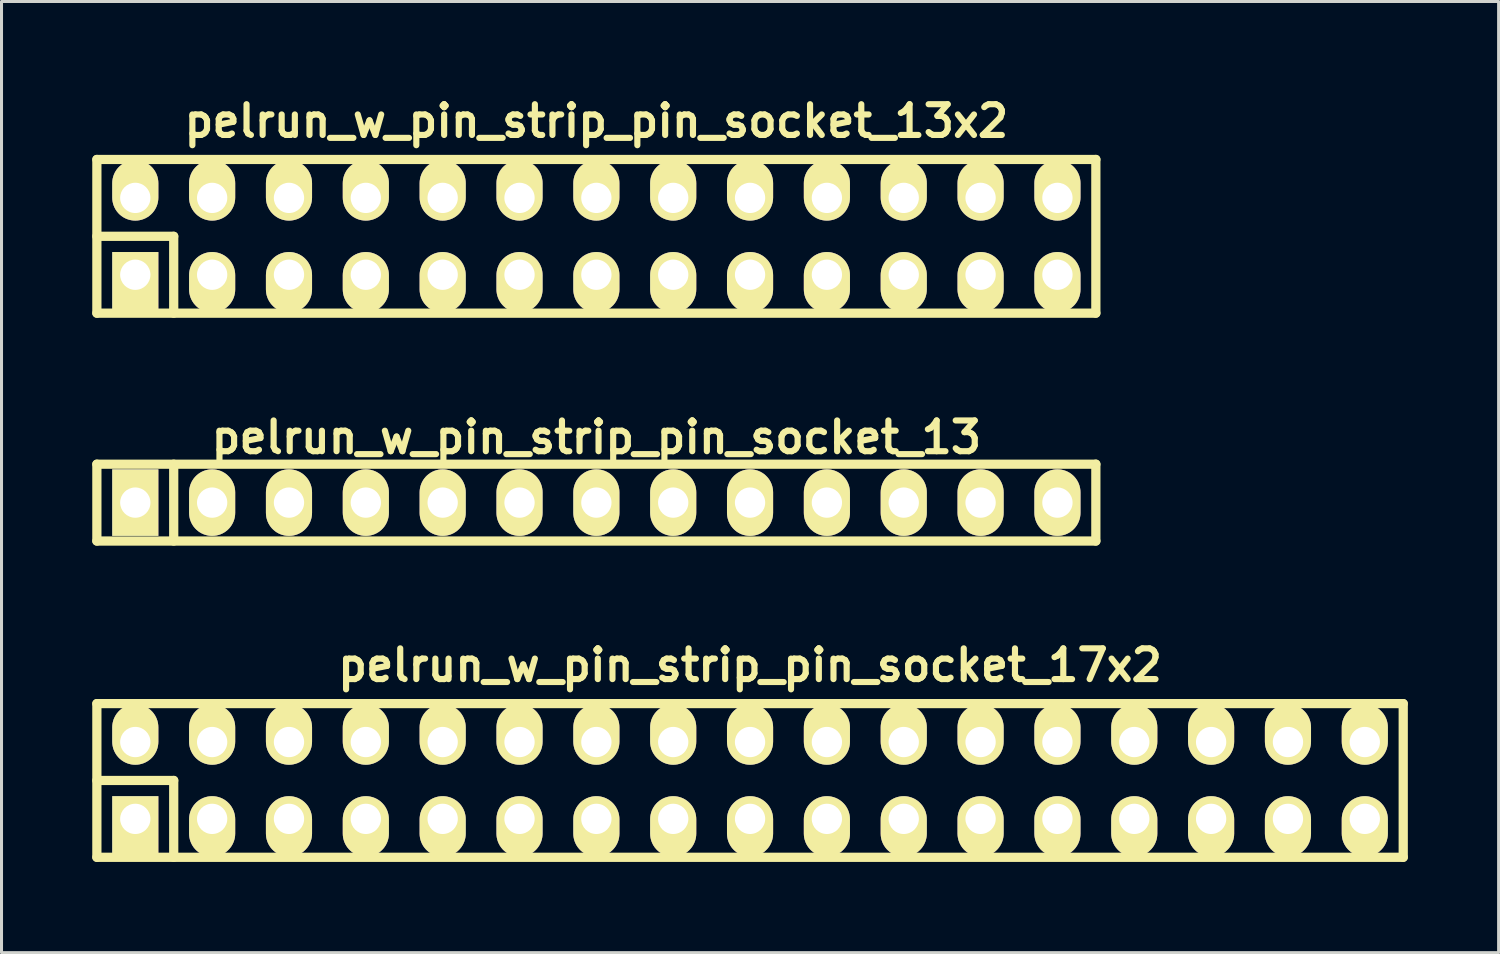
<source format=kicad_pcb>
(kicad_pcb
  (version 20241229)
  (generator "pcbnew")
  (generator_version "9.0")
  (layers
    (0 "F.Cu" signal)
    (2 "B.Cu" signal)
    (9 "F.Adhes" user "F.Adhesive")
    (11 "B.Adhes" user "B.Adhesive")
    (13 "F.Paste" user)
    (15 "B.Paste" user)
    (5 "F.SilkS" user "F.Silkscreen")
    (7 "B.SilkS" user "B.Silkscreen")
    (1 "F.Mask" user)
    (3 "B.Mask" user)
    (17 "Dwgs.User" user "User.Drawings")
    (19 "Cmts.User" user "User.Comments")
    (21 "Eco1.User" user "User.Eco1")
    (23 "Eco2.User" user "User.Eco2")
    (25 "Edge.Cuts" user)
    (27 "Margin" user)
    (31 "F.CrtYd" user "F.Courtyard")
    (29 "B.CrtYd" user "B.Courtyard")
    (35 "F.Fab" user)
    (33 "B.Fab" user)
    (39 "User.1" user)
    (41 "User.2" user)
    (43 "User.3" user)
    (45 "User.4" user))
  (footprint "pelrun_w_pin_strip_pin_socket_13"
    (layer "F.Cu")
    (at 16.662 13.563)
    (property "Reference" "pelrun_w_pin_strip_pin_socket_13" (at 0 -2.159 0) (layer "F.SilkS") (effects (font (size 1.016 1.016) (thickness 0.203))))
    (attr through_hole)
    (fp_line (start -16.51 -1.27) (end 16.51 -1.27) (stroke (width 0.305) (type solid)) (layer "F.SilkS"))
    (fp_line (start -16.51 1.27) (end -16.51 -1.27) (stroke (width 0.305) (type solid)) (layer "F.SilkS"))
    (fp_line (start -13.97 -1.27) (end -13.97 1.27) (stroke (width 0.305) (type solid)) (layer "F.SilkS"))
    (fp_line (start 16.51 -1.27) (end 16.51 1.27) (stroke (width 0.305) (type solid)) (layer "F.SilkS"))
    (fp_line (start 16.51 1.27) (end -16.51 1.27) (stroke (width 0.305) (type solid)) (layer "F.SilkS"))
    (pad "1" thru_hole rect (at -15.24 0) (size 1.524 2.2) (drill 1.001) (layers "*.Cu" "*.Mask" "F.SilkS"))
    (pad "2" thru_hole oval (at -12.7 0) (size 1.524 2.2) (drill 1.001) (layers "*.Cu" "*.Mask" "F.SilkS"))
    (pad "3" thru_hole oval (at -10.16 0) (size 1.524 2.2) (drill 1.001) (layers "*.Cu" "*.Mask" "F.SilkS"))
    (pad "4" thru_hole oval (at -7.62 0) (size 1.524 2.2) (drill 1.001) (layers "*.Cu" "*.Mask" "F.SilkS"))
    (pad "5" thru_hole oval (at -5.08 0) (size 1.524 2.2) (drill 1.001) (layers "*.Cu" "*.Mask" "F.SilkS"))
    (pad "6" thru_hole oval (at -2.54 0) (size 1.524 2.2) (drill 1.001) (layers "*.Cu" "*.Mask" "F.SilkS"))
    (pad "7" thru_hole oval (at 0 0) (size 1.524 2.2) (drill 1.001) (layers "*.Cu" "*.Mask" "F.SilkS"))
    (pad "8" thru_hole oval (at 2.54 0) (size 1.524 2.2) (drill 1.001) (layers "*.Cu" "*.Mask" "F.SilkS"))
    (pad "9" thru_hole oval (at 5.08 0) (size 1.524 2.2) (drill 1.001) (layers "*.Cu" "*.Mask" "F.SilkS"))
    (pad "10" thru_hole oval (at 7.62 0) (size 1.524 2.2) (drill 1.001) (layers "*.Cu" "*.Mask" "F.SilkS"))
    (pad "11" thru_hole oval (at 10.16 0) (size 1.524 2.2) (drill 1.001) (layers "*.Cu" "*.Mask" "F.SilkS"))
    (pad "12" thru_hole oval (at 12.7 0) (size 1.524 2.2) (drill 1.001) (layers "*.Cu" "*.Mask" "F.SilkS"))
    (pad "13" thru_hole oval (at 15.24 0) (size 1.524 2.2) (drill 1.001) (layers "*.Cu" "*.Mask" "F.SilkS")))
  (footprint "pelrun_w_pin_strip_pin_socket_13x2"
    (layer "F.Cu")
    (at 16.662 4.761)
    (property "Reference" "pelrun_w_pin_strip_pin_socket_13x2" (at 0 -3.81 0) (layer "F.SilkS") (effects (font (size 1.016 1.016) (thickness 0.203))))
    (attr through_hole)
    (fp_line (start -16.51 -2.54) (end -16.51 2.54) (stroke (width 0.305) (type solid)) (layer "F.SilkS"))
    (fp_line (start -16.51 -2.54) (end 16.51 -2.54) (stroke (width 0.305) (type solid)) (layer "F.SilkS"))
    (fp_line (start -16.51 0) (end -13.97 0) (stroke (width 0.305) (type solid)) (layer "F.SilkS"))
    (fp_line (start -13.97 0) (end -13.97 2.54) (stroke (width 0.305) (type solid)) (layer "F.SilkS"))
    (fp_line (start 16.51 2.54) (end -16.51 2.54) (stroke (width 0.305) (type solid)) (layer "F.SilkS"))
    (fp_line (start 16.51 2.54) (end 16.51 -2.54) (stroke (width 0.305) (type solid)) (layer "F.SilkS"))
    (pad "1" thru_hole rect (at -15.24 1.27) (size 1.524 1.999) (drill 1.001 (offset 0 0.249)) (layers "*.Cu" "*.Mask" "F.SilkS"))
    (pad "2" thru_hole oval (at -15.24 -1.27) (size 1.524 1.999) (drill 1.001 (offset 0 -0.249)) (layers "*.Cu" "*.Mask" "F.SilkS"))
    (pad "3" thru_hole oval (at -12.7 1.27) (size 1.524 1.999) (drill 1.001 (offset 0 0.249)) (layers "*.Cu" "*.Mask" "F.SilkS"))
    (pad "4" thru_hole oval (at -12.7 -1.27) (size 1.524 1.999) (drill 1.001 (offset 0 -0.249)) (layers "*.Cu" "*.Mask" "F.SilkS"))
    (pad "5" thru_hole oval (at -10.16 1.27) (size 1.524 1.999) (drill 1.001 (offset 0 0.249)) (layers "*.Cu" "*.Mask" "F.SilkS"))
    (pad "6" thru_hole oval (at -10.16 -1.27) (size 1.524 1.999) (drill 1.001 (offset 0 -0.249)) (layers "*.Cu" "*.Mask" "F.SilkS"))
    (pad "7" thru_hole oval (at -7.62 1.27) (size 1.524 1.999) (drill 1.001 (offset 0 0.249)) (layers "*.Cu" "*.Mask" "F.SilkS"))
    (pad "8" thru_hole oval (at -7.62 -1.27) (size 1.524 1.999) (drill 1.001 (offset 0 -0.249)) (layers "*.Cu" "*.Mask" "F.SilkS"))
    (pad "9" thru_hole oval (at -5.08 1.27) (size 1.524 1.999) (drill 1.001 (offset 0 0.249)) (layers "*.Cu" "*.Mask" "F.SilkS"))
    (pad "10" thru_hole oval (at -5.08 -1.27) (size 1.524 1.999) (drill 1.001 (offset 0 -0.249)) (layers "*.Cu" "*.Mask" "F.SilkS"))
    (pad "11" thru_hole oval (at -2.54 1.27) (size 1.524 1.999) (drill 1.001 (offset 0 0.249)) (layers "*.Cu" "*.Mask" "F.SilkS"))
    (pad "12" thru_hole oval (at -2.54 -1.27) (size 1.524 1.999) (drill 1.001 (offset 0 -0.249)) (layers "*.Cu" "*.Mask" "F.SilkS"))
    (pad "13" thru_hole oval (at 0 1.27) (size 1.524 1.999) (drill 1.001 (offset 0 0.249)) (layers "*.Cu" "*.Mask" "F.SilkS"))
    (pad "14" thru_hole oval (at 0 -1.27) (size 1.524 1.999) (drill 1.001 (offset 0 -0.249)) (layers "*.Cu" "*.Mask" "F.SilkS"))
    (pad "15" thru_hole oval (at 2.54 1.27) (size 1.524 1.999) (drill 1.001 (offset 0 0.249)) (layers "*.Cu" "*.Mask" "F.SilkS"))
    (pad "16" thru_hole oval (at 2.54 -1.27) (size 1.524 1.999) (drill 1.001 (offset 0 -0.249)) (layers "*.Cu" "*.Mask" "F.SilkS"))
    (pad "17" thru_hole oval (at 5.08 1.27) (size 1.524 1.999) (drill 1.001 (offset 0 0.249)) (layers "*.Cu" "*.Mask" "F.SilkS"))
    (pad "18" thru_hole oval (at 5.08 -1.27) (size 1.524 1.999) (drill 1.001 (offset 0 -0.249)) (layers "*.Cu" "*.Mask" "F.SilkS"))
    (pad "19" thru_hole oval (at 7.62 1.27) (size 1.524 1.999) (drill 1.001 (offset 0 0.249)) (layers "*.Cu" "*.Mask" "F.SilkS"))
    (pad "20" thru_hole oval (at 7.62 -1.27) (size 1.524 1.999) (drill 1.001 (offset 0 -0.249)) (layers "*.Cu" "*.Mask" "F.SilkS"))
    (pad "21" thru_hole oval (at 10.16 1.27) (size 1.524 1.999) (drill 1.001 (offset 0 0.249)) (layers "*.Cu" "*.Mask" "F.SilkS"))
    (pad "22" thru_hole oval (at 10.16 -1.27) (size 1.524 1.999) (drill 1.001 (offset 0 -0.249)) (layers "*.Cu" "*.Mask" "F.SilkS"))
    (pad "23" thru_hole oval (at 12.7 1.27) (size 1.524 1.999) (drill 1.001 (offset 0 0.249)) (layers "*.Cu" "*.Mask" "F.SilkS"))
    (pad "24" thru_hole oval (at 12.7 -1.27) (size 1.524 1.999) (drill 1.001 (offset 0 -0.249)) (layers "*.Cu" "*.Mask" "F.SilkS"))
    (pad "25" thru_hole oval (at 15.24 1.27) (size 1.524 1.999) (drill 1.001 (offset 0 0.249)) (layers "*.Cu" "*.Mask" "F.SilkS"))
    (pad "26" thru_hole oval (at 15.24 -1.27) (size 1.524 1.999) (drill 1.001 (offset 0 -0.249)) (layers "*.Cu" "*.Mask" "F.SilkS")))
  (footprint "pelrun_w_pin_strip_pin_socket_17x2"
    (layer "F.Cu")
    (at 21.742 22.747)
    (property "Reference" "pelrun_w_pin_strip_pin_socket_17x2" (at 0 -3.81 0) (layer "F.SilkS") (effects (font (size 1.016 1.016) (thickness 0.203))))
    (attr through_hole)
    (fp_line (start -21.59 -2.54) (end -21.59 2.54) (stroke (width 0.305) (type solid)) (layer "F.SilkS"))
    (fp_line (start -21.59 -2.54) (end 21.59 -2.54) (stroke (width 0.305) (type solid)) (layer "F.SilkS"))
    (fp_line (start -21.59 0) (end -19.05 0) (stroke (width 0.305) (type solid)) (layer "F.SilkS"))
    (fp_line (start -19.05 0) (end -19.05 2.54) (stroke (width 0.305) (type solid)) (layer "F.SilkS"))
    (fp_line (start 21.59 2.54) (end -21.59 2.54) (stroke (width 0.305) (type solid)) (layer "F.SilkS"))
    (fp_line (start 21.59 2.54) (end 21.59 -2.54) (stroke (width 0.305) (type solid)) (layer "F.SilkS"))
    (pad "1" thru_hole rect (at -20.32 1.27) (size 1.524 1.999) (drill 1.001 (offset 0 0.249)) (layers "*.Cu" "*.Mask" "F.SilkS"))
    (pad "2" thru_hole oval (at -20.32 -1.27) (size 1.524 1.999) (drill 1.001 (offset 0 -0.249)) (layers "*.Cu" "*.Mask" "F.SilkS"))
    (pad "3" thru_hole oval (at -17.78 1.27) (size 1.524 1.999) (drill 1.001 (offset 0 0.249)) (layers "*.Cu" "*.Mask" "F.SilkS"))
    (pad "4" thru_hole oval (at -17.78 -1.27) (size 1.524 1.999) (drill 1.001 (offset 0 -0.249)) (layers "*.Cu" "*.Mask" "F.SilkS"))
    (pad "5" thru_hole oval (at -15.24 1.27) (size 1.524 1.999) (drill 1.001 (offset 0 0.249)) (layers "*.Cu" "*.Mask" "F.SilkS"))
    (pad "6" thru_hole oval (at -15.24 -1.27) (size 1.524 1.999) (drill 1.001 (offset 0 -0.249)) (layers "*.Cu" "*.Mask" "F.SilkS"))
    (pad "7" thru_hole oval (at -12.7 1.27) (size 1.524 1.999) (drill 1.001 (offset 0 0.249)) (layers "*.Cu" "*.Mask" "F.SilkS"))
    (pad "8" thru_hole oval (at -12.7 -1.27) (size 1.524 1.999) (drill 1.001 (offset 0 -0.249)) (layers "*.Cu" "*.Mask" "F.SilkS"))
    (pad "9" thru_hole oval (at -10.16 1.27) (size 1.524 1.999) (drill 1.001 (offset 0 0.249)) (layers "*.Cu" "*.Mask" "F.SilkS"))
    (pad "10" thru_hole oval (at -10.16 -1.27) (size 1.524 1.999) (drill 1.001 (offset 0 -0.249)) (layers "*.Cu" "*.Mask" "F.SilkS"))
    (pad "11" thru_hole oval (at -7.62 1.27) (size 1.524 1.999) (drill 1.001 (offset 0 0.249)) (layers "*.Cu" "*.Mask" "F.SilkS"))
    (pad "12" thru_hole oval (at -7.62 -1.27) (size 1.524 1.999) (drill 1.001 (offset 0 -0.249)) (layers "*.Cu" "*.Mask" "F.SilkS"))
    (pad "13" thru_hole oval (at -5.08 1.27) (size 1.524 1.999) (drill 1.001 (offset 0 0.249)) (layers "*.Cu" "*.Mask" "F.SilkS"))
    (pad "14" thru_hole oval (at -5.08 -1.27) (size 1.524 1.999) (drill 1.001 (offset 0 -0.249)) (layers "*.Cu" "*.Mask" "F.SilkS"))
    (pad "15" thru_hole oval (at -2.54 1.27) (size 1.524 1.999) (drill 1.001 (offset 0 0.249)) (layers "*.Cu" "*.Mask" "F.SilkS"))
    (pad "16" thru_hole oval (at -2.54 -1.27) (size 1.524 1.999) (drill 1.001 (offset 0 -0.249)) (layers "*.Cu" "*.Mask" "F.SilkS"))
    (pad "17" thru_hole oval (at 0 1.27) (size 1.524 1.999) (drill 1.001 (offset 0 0.249)) (layers "*.Cu" "*.Mask" "F.SilkS"))
    (pad "18" thru_hole oval (at 0 -1.27) (size 1.524 1.999) (drill 1.001 (offset 0 -0.249)) (layers "*.Cu" "*.Mask" "F.SilkS"))
    (pad "19" thru_hole oval (at 2.54 1.27) (size 1.524 1.999) (drill 1.001 (offset 0 0.249)) (layers "*.Cu" "*.Mask" "F.SilkS"))
    (pad "20" thru_hole oval (at 2.54 -1.27) (size 1.524 1.999) (drill 1.001 (offset 0 -0.249)) (layers "*.Cu" "*.Mask" "F.SilkS"))
    (pad "21" thru_hole oval (at 5.08 1.27) (size 1.524 1.999) (drill 1.001 (offset 0 0.249)) (layers "*.Cu" "*.Mask" "F.SilkS"))
    (pad "22" thru_hole oval (at 5.08 -1.27) (size 1.524 1.999) (drill 1.001 (offset 0 -0.249)) (layers "*.Cu" "*.Mask" "F.SilkS"))
    (pad "23" thru_hole oval (at 7.62 1.27) (size 1.524 1.999) (drill 1.001 (offset 0 0.249)) (layers "*.Cu" "*.Mask" "F.SilkS"))
    (pad "24" thru_hole oval (at 7.62 -1.27) (size 1.524 1.999) (drill 1.001 (offset 0 -0.249)) (layers "*.Cu" "*.Mask" "F.SilkS"))
    (pad "25" thru_hole oval (at 10.16 1.27) (size 1.524 1.999) (drill 1.001 (offset 0 0.249)) (layers "*.Cu" "*.Mask" "F.SilkS"))
    (pad "26" thru_hole oval (at 10.16 -1.27) (size 1.524 1.999) (drill 1.001 (offset 0 -0.249)) (layers "*.Cu" "*.Mask" "F.SilkS"))
    (pad "27" thru_hole oval (at 12.7 1.27) (size 1.524 1.999) (drill 1.001 (offset 0 0.249)) (layers "*.Cu" "*.Mask" "F.SilkS"))
    (pad "28" thru_hole oval (at 12.7 -1.27) (size 1.524 1.999) (drill 1.001 (offset 0 -0.249)) (layers "*.Cu" "*.Mask" "F.SilkS"))
    (pad "29" thru_hole oval (at 15.24 1.27) (size 1.524 1.999) (drill 1.001 (offset 0 0.249)) (layers "*.Cu" "*.Mask" "F.SilkS"))
    (pad "30" thru_hole oval (at 15.24 -1.27) (size 1.524 1.999) (drill 1.001 (offset 0 -0.249)) (layers "*.Cu" "*.Mask" "F.SilkS"))
    (pad "31" thru_hole oval (at 17.78 1.27) (size 1.524 1.999) (drill 1.001 (offset 0 0.249)) (layers "*.Cu" "*.Mask" "F.SilkS"))
    (pad "32" thru_hole oval (at 17.78 -1.27) (size 1.524 1.999) (drill 1.001 (offset 0 -0.249)) (layers "*.Cu" "*.Mask" "F.SilkS"))
    (pad "33" thru_hole oval (at 20.32 1.27) (size 1.524 1.999) (drill 1.001 (offset 0 0.249)) (layers "*.Cu" "*.Mask" "F.SilkS"))
    (pad "34" thru_hole oval (at 20.32 -1.27) (size 1.524 1.999) (drill 1.001 (offset 0 -0.249)) (layers "*.Cu" "*.Mask" "F.SilkS")))
  (gr_rect
    (start -3 -3)
    (end 46.485 28.439)
    (stroke (width 0.1) (type default))
    (fill no)
    (layer "Edge.Cuts")))
</source>
